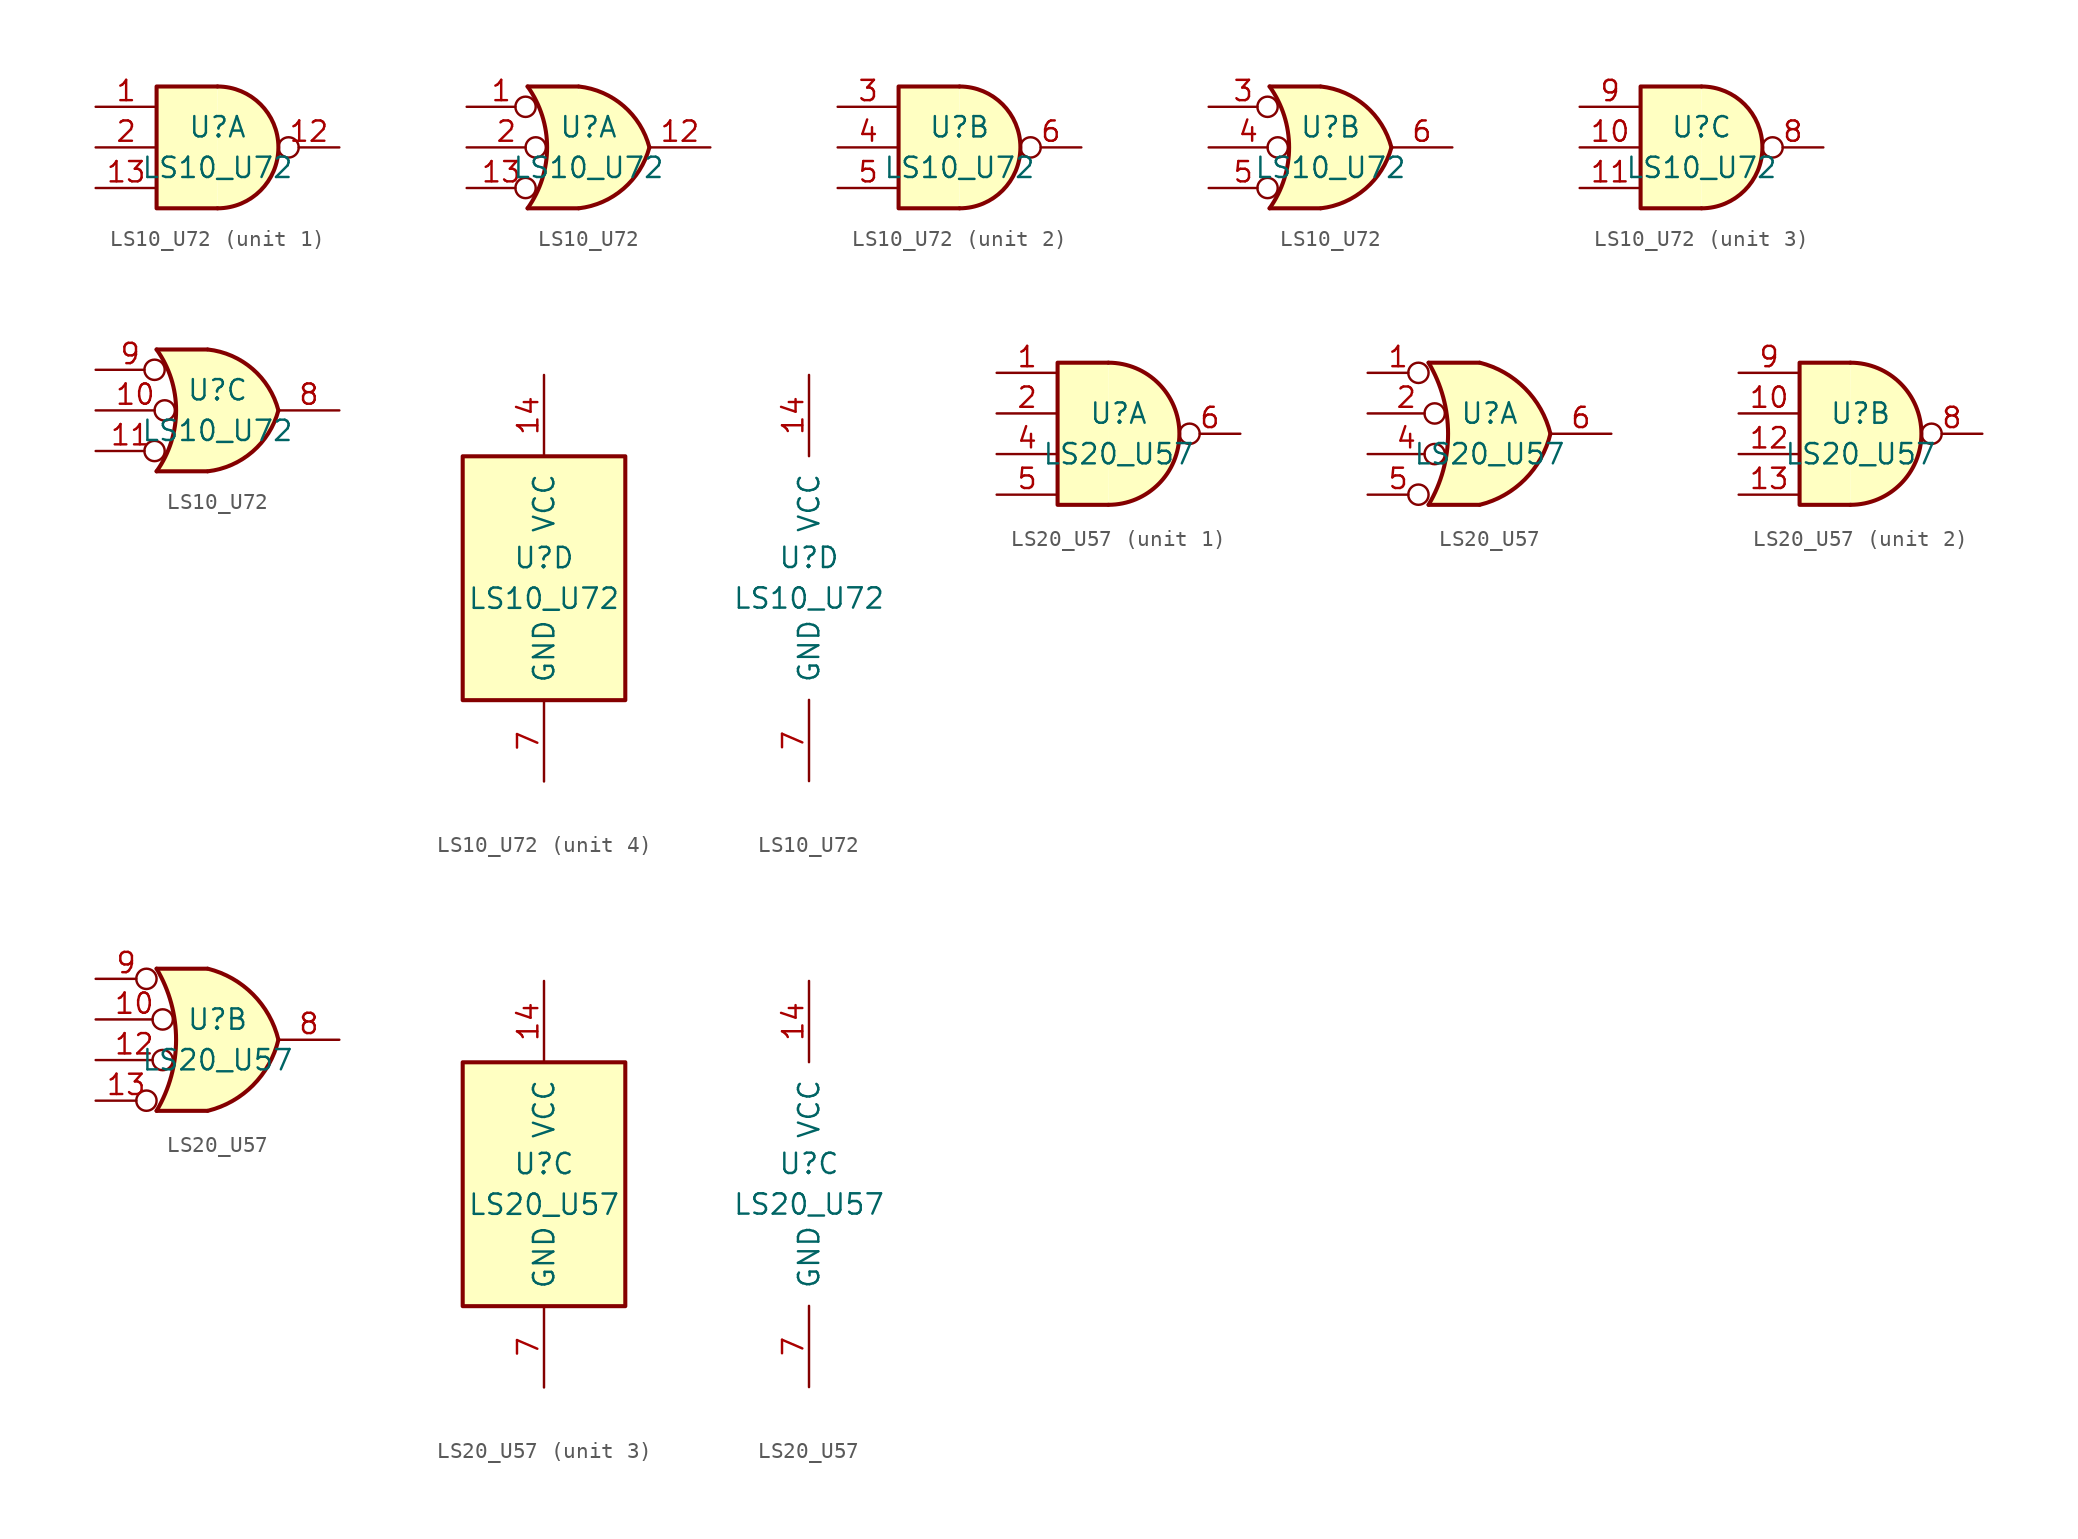
<source format=kicad_sym>
(kicad_symbol_lib
  (version 20220914)
  (generator kicad_symbol_editor)
  (symbol "LS10_U72"
    (pin_names
      (offset 1.016))
    (property "Reference" "U"
      (at 0 1.27 0)
      (effects (font (size 1.27 1.27))))
    (property "Value" "LS10_U72"
      (at 0 -1.27 0)
      (effects (font (size 1.27 1.27))))
    (property "ki_locked" ""
      (at 0 0 0)
      (effects (font (size 1.27 1.27))))
    (symbol "LS10_U72_1_1"
      (arc (start 0 -3.81) (mid 3.7934 0) (end 0 3.81) (stroke (width 0.254) (type default)) (fill (type background)))
      (polyline (pts (xy 0 3.81) (xy -3.81 3.81) (xy -3.81 -3.81) (xy 0 -3.81)) (stroke (width 0.254) (type default)) (fill (type background)))
      (pin input line (at -7.62 2.54 0) (length 3.81) (name "~" (effects (font (size 1.27 1.27)))) (number "1" (effects (font (size 1.27 1.27)))))
      (pin output inverted (at 7.62 0 180) (length 3.81) (name "~" (effects (font (size 1.27 1.27)))) (number "12" (effects (font (size 1.27 1.27)))))
      (pin input line (at -7.62 -2.54 0) (length 3.81) (name "~" (effects (font (size 1.27 1.27)))) (number "13" (effects (font (size 1.27 1.27)))))
      (pin input line (at -7.62 0 0) (length 3.81) (name "~" (effects (font (size 1.27 1.27)))) (number "2" (effects (font (size 1.27 1.27))))))
    (symbol "LS10_U72_1_2"
      (arc (start -3.81 -3.81) (mid -2.589 0) (end -3.81 3.81) (stroke (width 0.254) (type default)) (fill (type none)))
      (arc (start -0.6096 -3.81) (mid 2.1842 -2.5851) (end 3.81 0) (stroke (width 0.254) (type default)) (fill (type background)))
      (polyline (pts (xy -3.81 -3.81) (xy -0.635 -3.81)) (stroke (width 0.254) (type default)) (fill (type background)))
      (polyline (pts (xy -3.81 3.81) (xy -0.635 3.81)) (stroke (width 0.254) (type default)) (fill (type background)))
      (polyline (pts (xy -0.635 3.81) (xy -3.81 3.81) (xy -3.81 3.81) (xy -3.556 3.404) (xy -3.023 2.261) (xy -2.692 1.041) (xy -2.616 -0.254) (xy -2.769 -1.499) (xy -3.175 -2.718) (xy -3.81 -3.81) (xy -3.81 -3.81) (xy -0.635 -3.81)) (stroke (width -25.4) (type default)) (fill (type background)))
      (arc (start 3.81 0) (mid 2.1915 2.5936) (end -0.6096 3.81) (stroke (width 0.254) (type default)) (fill (type background)))
      (pin input inverted (at -7.62 2.54 0) (length 4.318) (name "~" (effects (font (size 1.27 1.27)))) (number "1" (effects (font (size 1.27 1.27)))))
      (pin output line (at 7.62 0 180) (length 3.81) (name "~" (effects (font (size 1.27 1.27)))) (number "12" (effects (font (size 1.27 1.27)))))
      (pin input inverted (at -7.62 -2.54 0) (length 4.318) (name "~" (effects (font (size 1.27 1.27)))) (number "13" (effects (font (size 1.27 1.27)))))
      (pin input inverted (at -7.62 0 0) (length 4.953) (name "~" (effects (font (size 1.27 1.27)))) (number "2" (effects (font (size 1.27 1.27))))))
    (symbol "LS10_U72_2_1"
      (arc (start 0 -3.81) (mid 3.7934 0) (end 0 3.81) (stroke (width 0.254) (type default)) (fill (type background)))
      (polyline (pts (xy 0 3.81) (xy -3.81 3.81) (xy -3.81 -3.81) (xy 0 -3.81)) (stroke (width 0.254) (type default)) (fill (type background)))
      (pin input line (at -7.62 2.54 0) (length 3.81) (name "~" (effects (font (size 1.27 1.27)))) (number "3" (effects (font (size 1.27 1.27)))))
      (pin input line (at -7.62 0 0) (length 3.81) (name "~" (effects (font (size 1.27 1.27)))) (number "4" (effects (font (size 1.27 1.27)))))
      (pin input line (at -7.62 -2.54 0) (length 3.81) (name "~" (effects (font (size 1.27 1.27)))) (number "5" (effects (font (size 1.27 1.27)))))
      (pin output inverted (at 7.62 0 180) (length 3.81) (name "~" (effects (font (size 1.27 1.27)))) (number "6" (effects (font (size 1.27 1.27))))))
    (symbol "LS10_U72_2_2"
      (arc (start -3.81 -3.81) (mid -2.589 0) (end -3.81 3.81) (stroke (width 0.254) (type default)) (fill (type none)))
      (arc (start -0.6096 -3.81) (mid 2.1842 -2.5851) (end 3.81 0) (stroke (width 0.254) (type default)) (fill (type background)))
      (polyline (pts (xy -3.81 -3.81) (xy -0.635 -3.81)) (stroke (width 0.254) (type default)) (fill (type background)))
      (polyline (pts (xy -3.81 3.81) (xy -0.635 3.81)) (stroke (width 0.254) (type default)) (fill (type background)))
      (polyline (pts (xy -0.635 3.81) (xy -3.81 3.81) (xy -3.81 3.81) (xy -3.556 3.404) (xy -3.023 2.261) (xy -2.692 1.041) (xy -2.616 -0.254) (xy -2.769 -1.499) (xy -3.175 -2.718) (xy -3.81 -3.81) (xy -3.81 -3.81) (xy -0.635 -3.81)) (stroke (width -25.4) (type default)) (fill (type background)))
      (arc (start 3.81 0) (mid 2.1915 2.5936) (end -0.6096 3.81) (stroke (width 0.254) (type default)) (fill (type background)))
      (pin input inverted (at -7.62 2.54 0) (length 4.318) (name "~" (effects (font (size 1.27 1.27)))) (number "3" (effects (font (size 1.27 1.27)))))
      (pin input inverted (at -7.62 0 0) (length 4.953) (name "~" (effects (font (size 1.27 1.27)))) (number "4" (effects (font (size 1.27 1.27)))))
      (pin input inverted (at -7.62 -2.54 0) (length 4.318) (name "~" (effects (font (size 1.27 1.27)))) (number "5" (effects (font (size 1.27 1.27)))))
      (pin output line (at 7.62 0 180) (length 3.81) (name "~" (effects (font (size 1.27 1.27)))) (number "6" (effects (font (size 1.27 1.27))))))
    (symbol "LS10_U72_3_1"
      (arc (start 0 -3.81) (mid 3.7934 0) (end 0 3.81) (stroke (width 0.254) (type default)) (fill (type background)))
      (polyline (pts (xy 0 3.81) (xy -3.81 3.81) (xy -3.81 -3.81) (xy 0 -3.81)) (stroke (width 0.254) (type default)) (fill (type background)))
      (pin input line (at -7.62 0 0) (length 3.81) (name "~" (effects (font (size 1.27 1.27)))) (number "10" (effects (font (size 1.27 1.27)))))
      (pin input line (at -7.62 -2.54 0) (length 3.81) (name "~" (effects (font (size 1.27 1.27)))) (number "11" (effects (font (size 1.27 1.27)))))
      (pin output inverted (at 7.62 0 180) (length 3.81) (name "~" (effects (font (size 1.27 1.27)))) (number "8" (effects (font (size 1.27 1.27)))))
      (pin input line (at -7.62 2.54 0) (length 3.81) (name "~" (effects (font (size 1.27 1.27)))) (number "9" (effects (font (size 1.27 1.27))))))
    (symbol "LS10_U72_3_2"
      (arc (start -3.81 -3.81) (mid -2.589 0) (end -3.81 3.81) (stroke (width 0.254) (type default)) (fill (type none)))
      (arc (start -0.6096 -3.81) (mid 2.1842 -2.5851) (end 3.81 0) (stroke (width 0.254) (type default)) (fill (type background)))
      (polyline (pts (xy -3.81 -3.81) (xy -0.635 -3.81)) (stroke (width 0.254) (type default)) (fill (type background)))
      (polyline (pts (xy -3.81 3.81) (xy -0.635 3.81)) (stroke (width 0.254) (type default)) (fill (type background)))
      (polyline (pts (xy -0.635 3.81) (xy -3.81 3.81) (xy -3.81 3.81) (xy -3.556 3.404) (xy -3.023 2.261) (xy -2.692 1.041) (xy -2.616 -0.254) (xy -2.769 -1.499) (xy -3.175 -2.718) (xy -3.81 -3.81) (xy -3.81 -3.81) (xy -0.635 -3.81)) (stroke (width -25.4) (type default)) (fill (type background)))
      (arc (start 3.81 0) (mid 2.1915 2.5936) (end -0.6096 3.81) (stroke (width 0.254) (type default)) (fill (type background)))
      (pin input inverted (at -7.62 0 0) (length 4.953) (name "~" (effects (font (size 1.27 1.27)))) (number "10" (effects (font (size 1.27 1.27)))))
      (pin input inverted (at -7.62 -2.54 0) (length 4.318) (name "~" (effects (font (size 1.27 1.27)))) (number "11" (effects (font (size 1.27 1.27)))))
      (pin output line (at 7.62 0 180) (length 3.81) (name "~" (effects (font (size 1.27 1.27)))) (number "8" (effects (font (size 1.27 1.27)))))
      (pin input inverted (at -7.62 2.54 0) (length 4.318) (name "~" (effects (font (size 1.27 1.27)))) (number "9" (effects (font (size 1.27 1.27))))))
    (symbol "LS10_U72_4_0"
      (pin power_in line (at 0 12.7 270) (length 5.08) (name "VCC" (effects (font (size 1.27 1.27)))) (number "14" (effects (font (size 1.27 1.27)))))
      (pin power_in line (at 0 -12.7 90) (length 5.08) (name "GND" (effects (font (size 1.27 1.27)))) (number "7" (effects (font (size 1.27 1.27))))))
    (symbol "LS10_U72_4_1"
      (rectangle (start -5.08 7.62) (end 5.08 -7.62) (stroke (width 0.254) (type default)) (fill (type background)))))
  (symbol "LS20_U57"
    (pin_names
      (offset 1.016))
    (property "Reference" "U"
      (at 0 1.27 0)
      (effects (font (size 1.27 1.27))))
    (property "Value" "LS20_U57"
      (at 0 -1.27 0)
      (effects (font (size 1.27 1.27))))
    (property "ki_locked" ""
      (at 0 0 0)
      (effects (font (size 1.27 1.27))))
    (symbol "LS20_U57_1_1"
      (arc (start -0.635 -4.445) (mid 3.7907 0) (end -0.635 4.445) (stroke (width 0.254) (type default)) (fill (type background)))
      (polyline (pts (xy -0.635 4.445) (xy -3.81 4.445) (xy -3.81 -4.445) (xy -0.635 -4.445)) (stroke (width 0.254) (type default)) (fill (type background)))
      (pin input line (at -7.62 3.81 0) (length 3.81) (name "~" (effects (font (size 1.27 1.27)))) (number "1" (effects (font (size 1.27 1.27)))))
      (pin input line (at -7.62 1.27 0) (length 3.81) (name "~" (effects (font (size 1.27 1.27)))) (number "2" (effects (font (size 1.27 1.27)))))
      (pin input line (at -7.62 -1.27 0) (length 3.81) (name "~" (effects (font (size 1.27 1.27)))) (number "4" (effects (font (size 1.27 1.27)))))
      (pin input line (at -7.62 -3.81 0) (length 3.81) (name "~" (effects (font (size 1.27 1.27)))) (number "5" (effects (font (size 1.27 1.27)))))
      (pin output inverted (at 7.62 0 180) (length 3.81) (name "~" (effects (font (size 1.27 1.27)))) (number "6" (effects (font (size 1.27 1.27))))))
    (symbol "LS20_U57_1_2"
      (arc (start -3.81 -4.445) (mid -2.5908 0) (end -3.81 4.445) (stroke (width 0.254) (type default)) (fill (type none)))
      (arc (start -0.6096 -4.445) (mid 2.2246 -2.8422) (end 3.81 0) (stroke (width 0.254) (type default)) (fill (type background)))
      (polyline (pts (xy -3.81 -4.445) (xy -0.635 -4.445)) (stroke (width 0.254) (type default)) (fill (type background)))
      (polyline (pts (xy -3.81 4.445) (xy -0.635 4.445)) (stroke (width 0.254) (type default)) (fill (type background)))
      (polyline (pts (xy -0.635 4.445) (xy -3.81 4.445) (xy -3.81 4.445) (xy -3.632 4.089) (xy -3.099 2.921) (xy -2.769 1.676) (xy -2.616 0.432) (xy -2.642 -0.864) (xy -2.87 -2.108) (xy -3.251 -3.327) (xy -3.81 -4.445) (xy -3.81 -4.445) (xy -0.635 -4.445)) (stroke (width -25.4) (type default)) (fill (type background)))
      (arc (start 3.81 0) (mid 2.2204 2.8379) (end -0.6096 4.445) (stroke (width 0.254) (type default)) (fill (type background)))
      (pin input inverted (at -7.62 3.81 0) (length 3.81) (name "~" (effects (font (size 1.27 1.27)))) (number "1" (effects (font (size 1.27 1.27)))))
      (pin input inverted (at -7.62 1.27 0) (length 4.826) (name "~" (effects (font (size 1.27 1.27)))) (number "2" (effects (font (size 1.27 1.27)))))
      (pin input inverted (at -7.62 -1.27 0) (length 4.826) (name "~" (effects (font (size 1.27 1.27)))) (number "4" (effects (font (size 1.27 1.27)))))
      (pin input inverted (at -7.62 -3.81 0) (length 3.81) (name "~" (effects (font (size 1.27 1.27)))) (number "5" (effects (font (size 1.27 1.27)))))
      (pin output line (at 7.62 0 180) (length 3.81) (name "~" (effects (font (size 1.27 1.27)))) (number "6" (effects (font (size 1.27 1.27))))))
    (symbol "LS20_U57_2_1"
      (arc (start -0.635 -4.445) (mid 3.7907 0) (end -0.635 4.445) (stroke (width 0.254) (type default)) (fill (type background)))
      (polyline (pts (xy -0.635 4.445) (xy -3.81 4.445) (xy -3.81 -4.445) (xy -0.635 -4.445)) (stroke (width 0.254) (type default)) (fill (type background)))
      (pin input line (at -7.62 1.27 0) (length 3.81) (name "~" (effects (font (size 1.27 1.27)))) (number "10" (effects (font (size 1.27 1.27)))))
      (pin input line (at -7.62 -1.27 0) (length 3.81) (name "~" (effects (font (size 1.27 1.27)))) (number "12" (effects (font (size 1.27 1.27)))))
      (pin input line (at -7.62 -3.81 0) (length 3.81) (name "~" (effects (font (size 1.27 1.27)))) (number "13" (effects (font (size 1.27 1.27)))))
      (pin output inverted (at 7.62 0 180) (length 3.81) (name "~" (effects (font (size 1.27 1.27)))) (number "8" (effects (font (size 1.27 1.27)))))
      (pin input line (at -7.62 3.81 0) (length 3.81) (name "~" (effects (font (size 1.27 1.27)))) (number "9" (effects (font (size 1.27 1.27))))))
    (symbol "LS20_U57_2_2"
      (arc (start -3.81 -4.445) (mid -2.5908 0) (end -3.81 4.445) (stroke (width 0.254) (type default)) (fill (type none)))
      (arc (start -0.6096 -4.445) (mid 2.2246 -2.8422) (end 3.81 0) (stroke (width 0.254) (type default)) (fill (type background)))
      (polyline (pts (xy -3.81 -4.445) (xy -0.635 -4.445)) (stroke (width 0.254) (type default)) (fill (type background)))
      (polyline (pts (xy -3.81 4.445) (xy -0.635 4.445)) (stroke (width 0.254) (type default)) (fill (type background)))
      (polyline (pts (xy -0.635 4.445) (xy -3.81 4.445) (xy -3.81 4.445) (xy -3.632 4.089) (xy -3.099 2.921) (xy -2.769 1.676) (xy -2.616 0.432) (xy -2.642 -0.864) (xy -2.87 -2.108) (xy -3.251 -3.327) (xy -3.81 -4.445) (xy -3.81 -4.445) (xy -0.635 -4.445)) (stroke (width -25.4) (type default)) (fill (type background)))
      (arc (start 3.81 0) (mid 2.2204 2.8379) (end -0.6096 4.445) (stroke (width 0.254) (type default)) (fill (type background)))
      (pin input inverted (at -7.62 1.27 0) (length 4.826) (name "~" (effects (font (size 1.27 1.27)))) (number "10" (effects (font (size 1.27 1.27)))))
      (pin input inverted (at -7.62 -1.27 0) (length 4.826) (name "~" (effects (font (size 1.27 1.27)))) (number "12" (effects (font (size 1.27 1.27)))))
      (pin input inverted (at -7.62 -3.81 0) (length 3.81) (name "~" (effects (font (size 1.27 1.27)))) (number "13" (effects (font (size 1.27 1.27)))))
      (pin output line (at 7.62 0 180) (length 3.81) (name "~" (effects (font (size 1.27 1.27)))) (number "8" (effects (font (size 1.27 1.27)))))
      (pin input inverted (at -7.62 3.81 0) (length 3.81) (name "~" (effects (font (size 1.27 1.27)))) (number "9" (effects (font (size 1.27 1.27))))))
    (symbol "LS20_U57_3_0"
      (pin power_in line (at 0 12.7 270) (length 5.08) (name "VCC" (effects (font (size 1.27 1.27)))) (number "14" (effects (font (size 1.27 1.27)))))
      (pin power_in line (at 0 -12.7 90) (length 5.08) (name "GND" (effects (font (size 1.27 1.27)))) (number "7" (effects (font (size 1.27 1.27))))))
    (symbol "LS20_U57_3_1"
      (rectangle (start -5.08 7.62) (end 5.08 -7.62) (stroke (width 0.254) (type default)) (fill (type background))))))
</source>
